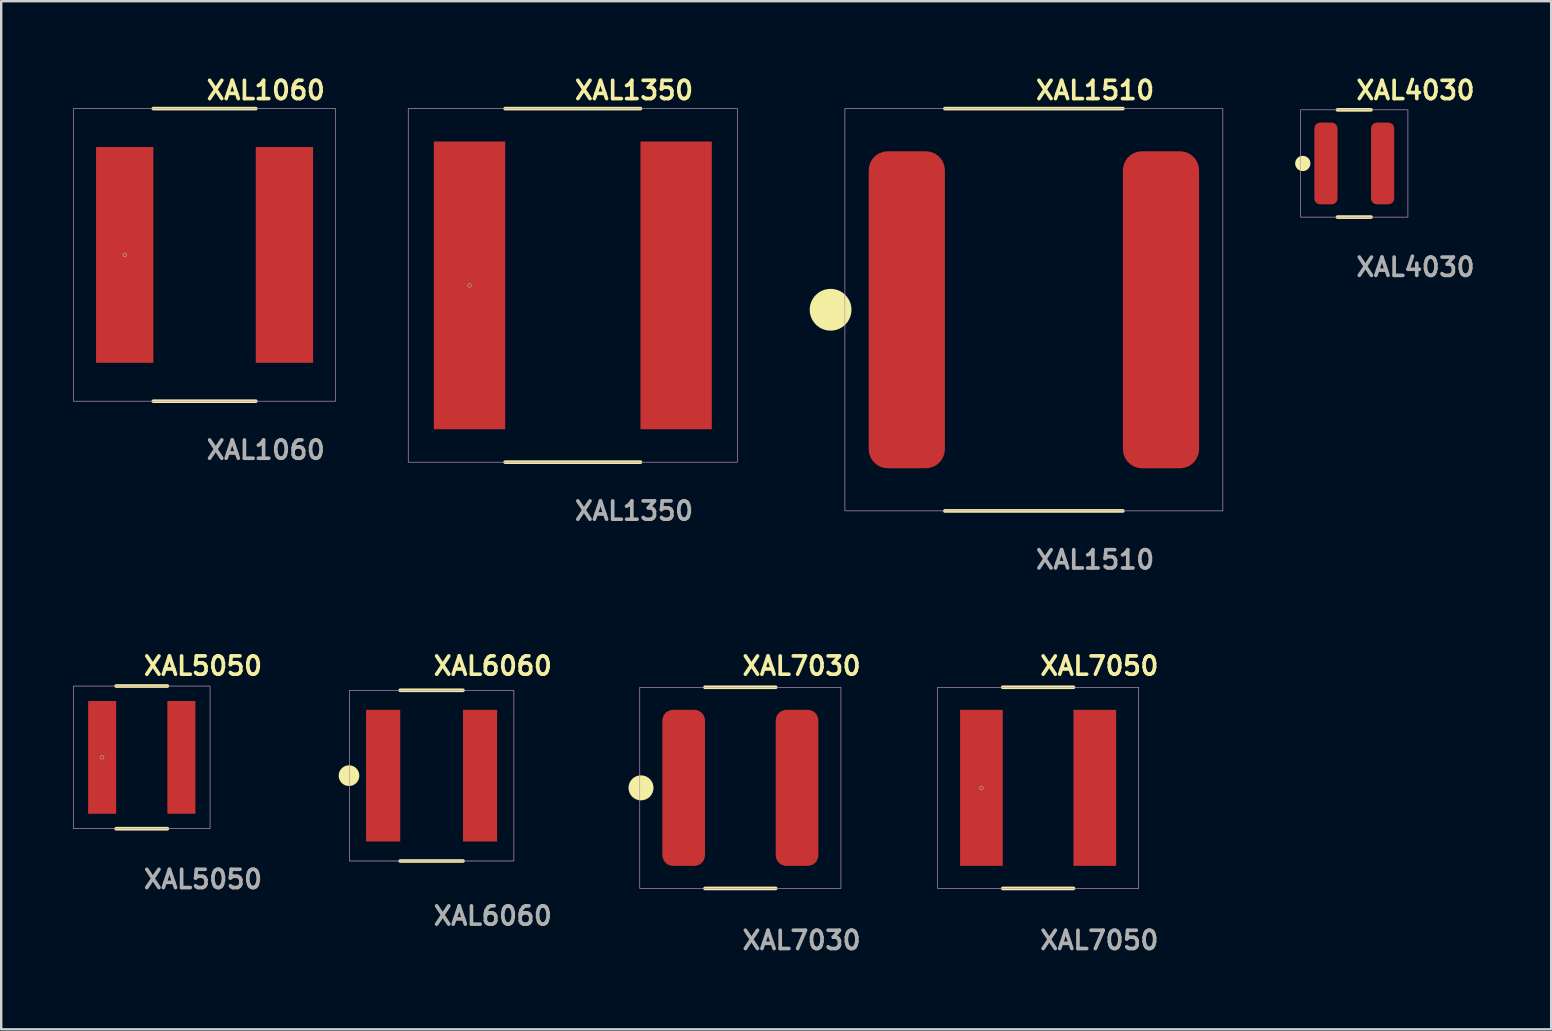
<source format=kicad_pcb>
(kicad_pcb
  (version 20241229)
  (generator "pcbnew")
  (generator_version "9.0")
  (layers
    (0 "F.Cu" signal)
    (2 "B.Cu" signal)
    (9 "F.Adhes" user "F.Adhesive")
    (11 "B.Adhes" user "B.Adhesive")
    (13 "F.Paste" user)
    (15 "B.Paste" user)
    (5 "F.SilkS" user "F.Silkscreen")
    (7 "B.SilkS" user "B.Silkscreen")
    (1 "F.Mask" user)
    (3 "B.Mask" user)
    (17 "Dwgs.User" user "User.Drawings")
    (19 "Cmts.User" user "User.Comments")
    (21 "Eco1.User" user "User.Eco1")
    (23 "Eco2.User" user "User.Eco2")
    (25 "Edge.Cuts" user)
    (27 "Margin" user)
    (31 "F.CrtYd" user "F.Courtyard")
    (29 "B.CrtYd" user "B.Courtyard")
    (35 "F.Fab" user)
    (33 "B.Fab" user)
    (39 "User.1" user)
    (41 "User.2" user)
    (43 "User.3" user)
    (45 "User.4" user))
  (footprint "XAL1510"
    (layer "F.Cu")
    (at 40.03 9.857)
    (property "Reference" "XAL1510" (at 0 -9.144 0) (unlocked yes) (layer "F.SilkS") (effects (font (size 0.762 0.762) (thickness 0.152)) (justify left)))
    (fp_line (start 3.708 -8.382) (end -3.708 -8.382) (stroke (width 0.152) (type solid)) (layer "F.SilkS"))
    (fp_line (start 3.708 8.382) (end -3.708 8.382) (stroke (width 0.152) (type solid)) (layer "F.SilkS"))
    (fp_circle (center -8.471 0) (end -9.265 0) (stroke (width 0.152) (type solid)) (fill yes) (layer "F.SilkS"))
    (fp_rect (start -7.874 -8.382) (end 7.874 8.382) (stroke (width 0.006) (type solid)) (fill no) (layer "F.CrtYd"))
    (fp_rect (start -7.874 -8.382) (end 7.874 8.382) (stroke (width 0.025) (type default)) (fill no) (layer "F.Fab"))
    (fp_text user "${REFERENCE}" (at 0 10.414 0) (unlocked yes) (layer "F.Fab") (effects (font (size 0.762 0.762) (thickness 0.152)) (justify left)))
    (pad "1" smd roundrect (at -5.296 0) (size 3.175 13.208) (layers "F.Cu" "F.Mask" "F.Paste") (roundrect_rratio 0.25))
    (pad "2" smd roundrect (at 5.296 0) (size 3.175 13.208) (layers "F.Cu" "F.Mask" "F.Paste") (roundrect_rratio 0.25)))
  (footprint "XAL6060"
    (layer "F.Cu")
    (at 14.934 29.27)
    (property "Reference" "XAL6060" (at 0 -4.572 0) (unlocked yes) (layer "F.SilkS") (effects (font (size 0.762 0.762) (thickness 0.152)) (justify left)))
    (fp_line (start 1.308 -3.556) (end -1.308 -3.556) (stroke (width 0.152) (type solid)) (layer "F.SilkS"))
    (fp_line (start 1.308 3.556) (end -1.308 3.556) (stroke (width 0.152) (type solid)) (layer "F.SilkS"))
    (fp_circle (center -3.442 0) (end -3.797 0) (stroke (width 0.152) (type solid)) (fill yes) (layer "F.SilkS"))
    (fp_rect (start -3.429 -3.556) (end 3.429 3.556) (stroke (width 0.006) (type solid)) (fill no) (layer "F.CrtYd"))
    (fp_rect (start -3.429 -3.556) (end 3.429 3.556) (stroke (width 0.025) (type default)) (fill no) (layer "F.Fab"))
    (fp_text user "${REFERENCE}" (at 0 5.842 0) (unlocked yes) (layer "F.Fab") (effects (font (size 0.762 0.762) (thickness 0.152)) (justify left)))
    (pad "1" smd rect (at -2.019 0) (size 1.422 5.486) (layers "F.Cu" "F.Mask" "F.Paste"))
    (pad "2" smd rect (at 2.019 0) (size 1.422 5.486) (layers "F.Cu" "F.Mask" "F.Paste")))
  (footprint "XAL7030"
    (layer "F.Cu")
    (at 27.799 29.778)
    (property "Reference" "XAL7030" (at 0 -5.08 0) (unlocked yes) (layer "F.SilkS") (effects (font (size 0.762 0.762) (thickness 0.152)) (justify left)))
    (fp_line (start 1.473 -4.191) (end -1.473 -4.191) (stroke (width 0.152) (type solid)) (layer "F.SilkS"))
    (fp_line (start 1.473 4.191) (end -1.473 4.191) (stroke (width 0.152) (type solid)) (layer "F.SilkS"))
    (fp_circle (center -4.14 0) (end -4.585 0) (stroke (width 0.152) (type solid)) (fill yes) (layer "F.SilkS"))
    (fp_rect (start -4.191 -4.191) (end 4.191 4.191) (stroke (width 0.006) (type solid)) (fill no) (layer "F.CrtYd"))
    (fp_rect (start -4.191 -4.191) (end 4.191 4.191) (stroke (width 0.025) (type default)) (fill no) (layer "F.Fab"))
    (fp_text user "${REFERENCE}" (at 0 6.35 0) (unlocked yes) (layer "F.Fab") (effects (font (size 0.762 0.762) (thickness 0.152)) (justify left)))
    (pad "1" smd roundrect (at -2.362 0) (size 1.778 6.502) (layers "F.Cu" "F.Mask" "F.Paste") (roundrect_rratio 0.25))
    (pad "2" smd roundrect (at 2.362 0) (size 1.778 6.502) (layers "F.Cu" "F.Mask" "F.Paste") (roundrect_rratio 0.25)))
  (footprint "XAL1350"
    (layer "F.Cu")
    (at 20.818 8.841)
    (property "Reference" "XAL1350" (at 0 -8.128 0) (unlocked yes) (layer "F.SilkS") (effects (font (size 0.762 0.762) (thickness 0.152)) (justify left)))
    (fp_line (start 2.819 -7.366) (end -2.819 -7.366) (stroke (width 0.152) (type solid)) (layer "F.SilkS"))
    (fp_line (start 2.819 7.366) (end -2.819 7.366) (stroke (width 0.152) (type solid)) (layer "F.SilkS"))
    (fp_rect (start -6.858 -7.366) (end 6.858 7.366) (stroke (width 0.006) (type solid)) (fill no) (layer "F.CrtYd"))
    (fp_rect (start -6.858 -7.366) (end 6.858 7.366) (stroke (width 0.025) (type default)) (fill no) (layer "F.Fab"))
    (fp_circle (center -4.305 0) (end -4.229 0) (stroke (width 0.025) (type solid)) (fill no) (layer "F.Fab"))
    (fp_text user "${REFERENCE}" (at 0 9.398 0) (unlocked yes) (layer "F.Fab") (effects (font (size 0.762 0.762) (thickness 0.152)) (justify left)))
    (pad "1" smd rect (at -4.305 0) (size 2.972 11.989) (layers "F.Cu" "F.Mask" "F.Paste"))
    (pad "2" smd rect (at 4.305 0) (size 2.972 11.989) (layers "F.Cu" "F.Mask" "F.Paste")))
  (footprint "XAL5050"
    (layer "F.Cu")
    (at 2.857 28.508)
    (property "Reference" "XAL5050" (at 0 -3.81 0) (unlocked yes) (layer "F.SilkS") (effects (font (size 0.762 0.762) (thickness 0.152)) (justify left)))
    (fp_line (start 1.067 -2.972) (end -1.067 -2.972) (stroke (width 0.152) (type solid)) (layer "F.SilkS"))
    (fp_line (start 1.067 2.972) (end -1.067 2.972) (stroke (width 0.152) (type solid)) (layer "F.SilkS"))
    (fp_rect (start -2.845 -2.972) (end 2.845 2.972) (stroke (width 0.006) (type solid)) (fill no) (layer "F.CrtYd"))
    (fp_rect (start -2.845 -2.972) (end 2.845 2.972) (stroke (width 0.025) (type default)) (fill no) (layer "F.Fab"))
    (fp_circle (center -1.651 0) (end -1.575 0) (stroke (width 0.025) (type solid)) (fill no) (layer "F.Fab"))
    (fp_text user "${REFERENCE}" (at 0 5.08 0) (unlocked yes) (layer "F.Fab") (effects (font (size 0.762 0.762) (thickness 0.152)) (justify left)))
    (pad "1" smd rect (at -1.651 0) (size 1.168 4.699) (layers "F.Cu" "F.Mask" "F.Paste"))
    (pad "2" smd rect (at 1.651 0) (size 1.168 4.699) (layers "F.Cu" "F.Mask" "F.Paste")))
  (footprint "XAL4030"
    (layer "F.Cu")
    (at 53.38 3.761)
    (property "Reference" "XAL4030" (at 0 -3.048 0) (unlocked yes) (layer "F.SilkS") (effects (font (size 0.762 0.762) (thickness 0.152)) (justify left)))
    (fp_line (start 0.699 -2.235) (end -0.699 -2.235) (stroke (width 0.152) (type solid)) (layer "F.SilkS"))
    (fp_line (start 0.699 2.235) (end -0.699 2.235) (stroke (width 0.152) (type solid)) (layer "F.SilkS"))
    (fp_circle (center -2.146 0) (end -2.388 0) (stroke (width 0.152) (type solid)) (fill yes) (layer "F.SilkS"))
    (fp_rect (start -2.235 -2.235) (end 2.235 2.235) (stroke (width 0.006) (type solid)) (fill no) (layer "F.CrtYd"))
    (fp_rect (start -2.235 -2.235) (end 2.235 2.235) (stroke (width 0.025) (type default)) (fill no) (layer "F.Fab"))
    (fp_text user "${REFERENCE}" (at 0 4.318 0) (unlocked yes) (layer "F.Fab") (effects (font (size 0.762 0.762) (thickness 0.152)) (justify left)))
    (pad "1" smd roundrect (at -1.181 0) (size 0.965 3.404) (layers "F.Cu" "F.Mask" "F.Paste") (roundrect_rratio 0.25))
    (pad "2" smd roundrect (at 1.181 0) (size 0.965 3.404) (layers "F.Cu" "F.Mask" "F.Paste") (roundrect_rratio 0.25)))
  (footprint "XAL1060"
    (layer "F.Cu")
    (at 5.474 7.571)
    (property "Reference" "XAL1060" (at 0 -6.858 0) (unlocked yes) (layer "F.SilkS") (effects (font (size 0.762 0.762) (thickness 0.152)) (justify left)))
    (fp_line (start 2.134 -6.096) (end -2.134 -6.096) (stroke (width 0.152) (type solid)) (layer "F.SilkS"))
    (fp_line (start 2.134 6.096) (end -2.134 6.096) (stroke (width 0.152) (type solid)) (layer "F.SilkS"))
    (fp_rect (start -5.461 -6.096) (end 5.461 6.096) (stroke (width 0.006) (type solid)) (fill no) (layer "F.CrtYd"))
    (fp_rect (start -5.461 -6.096) (end 5.461 6.096) (stroke (width 0.025) (type default)) (fill no) (layer "F.Fab"))
    (fp_circle (center -3.327 0) (end -3.251 0) (stroke (width 0.025) (type solid)) (fill no) (layer "F.Fab"))
    (fp_text user "${REFERENCE}" (at 0 8.128 0) (unlocked yes) (layer "F.Fab") (effects (font (size 0.762 0.762) (thickness 0.152)) (justify left)))
    (pad "1" smd rect (at -3.327 0) (size 2.388 8.992) (layers "F.Cu" "F.Mask" "F.Paste"))
    (pad "2" smd rect (at 3.327 0) (size 2.388 8.992) (layers "F.Cu" "F.Mask" "F.Paste")))
  (footprint "XAL7050"
    (layer "F.Cu")
    (at 40.206 29.778)
    (property "Reference" "XAL7050" (at 0 -5.08 0) (unlocked yes) (layer "F.SilkS") (effects (font (size 0.762 0.762) (thickness 0.152)) (justify left)))
    (fp_line (start 1.473 -4.191) (end -1.473 -4.191) (stroke (width 0.152) (type solid)) (layer "F.SilkS"))
    (fp_line (start 1.473 4.191) (end -1.473 4.191) (stroke (width 0.152) (type solid)) (layer "F.SilkS"))
    (fp_rect (start -4.191 -4.191) (end 4.191 4.191) (stroke (width 0.006) (type solid)) (fill no) (layer "F.CrtYd"))
    (fp_rect (start -4.191 -4.191) (end 4.191 4.191) (stroke (width 0.025) (type default)) (fill no) (layer "F.Fab"))
    (fp_circle (center -2.362 0) (end -2.286 0) (stroke (width 0.025) (type solid)) (fill no) (layer "F.Fab"))
    (fp_text user "${REFERENCE}" (at 0 6.35 0) (unlocked yes) (layer "F.Fab") (effects (font (size 0.762 0.762) (thickness 0.152)) (justify left)))
    (pad "1" smd rect (at -2.362 0) (size 1.778 6.502) (layers "F.Cu" "F.Mask" "F.Paste"))
    (pad "2" smd rect (at 2.362 0) (size 1.778 6.502) (layers "F.Cu" "F.Mask" "F.Paste")))
  (gr_rect
    (start -3 -3)
    (end 61.584 39.841)
    (stroke (width 0.1) (type default))
    (fill no)
    (layer "Edge.Cuts")))
</source>
